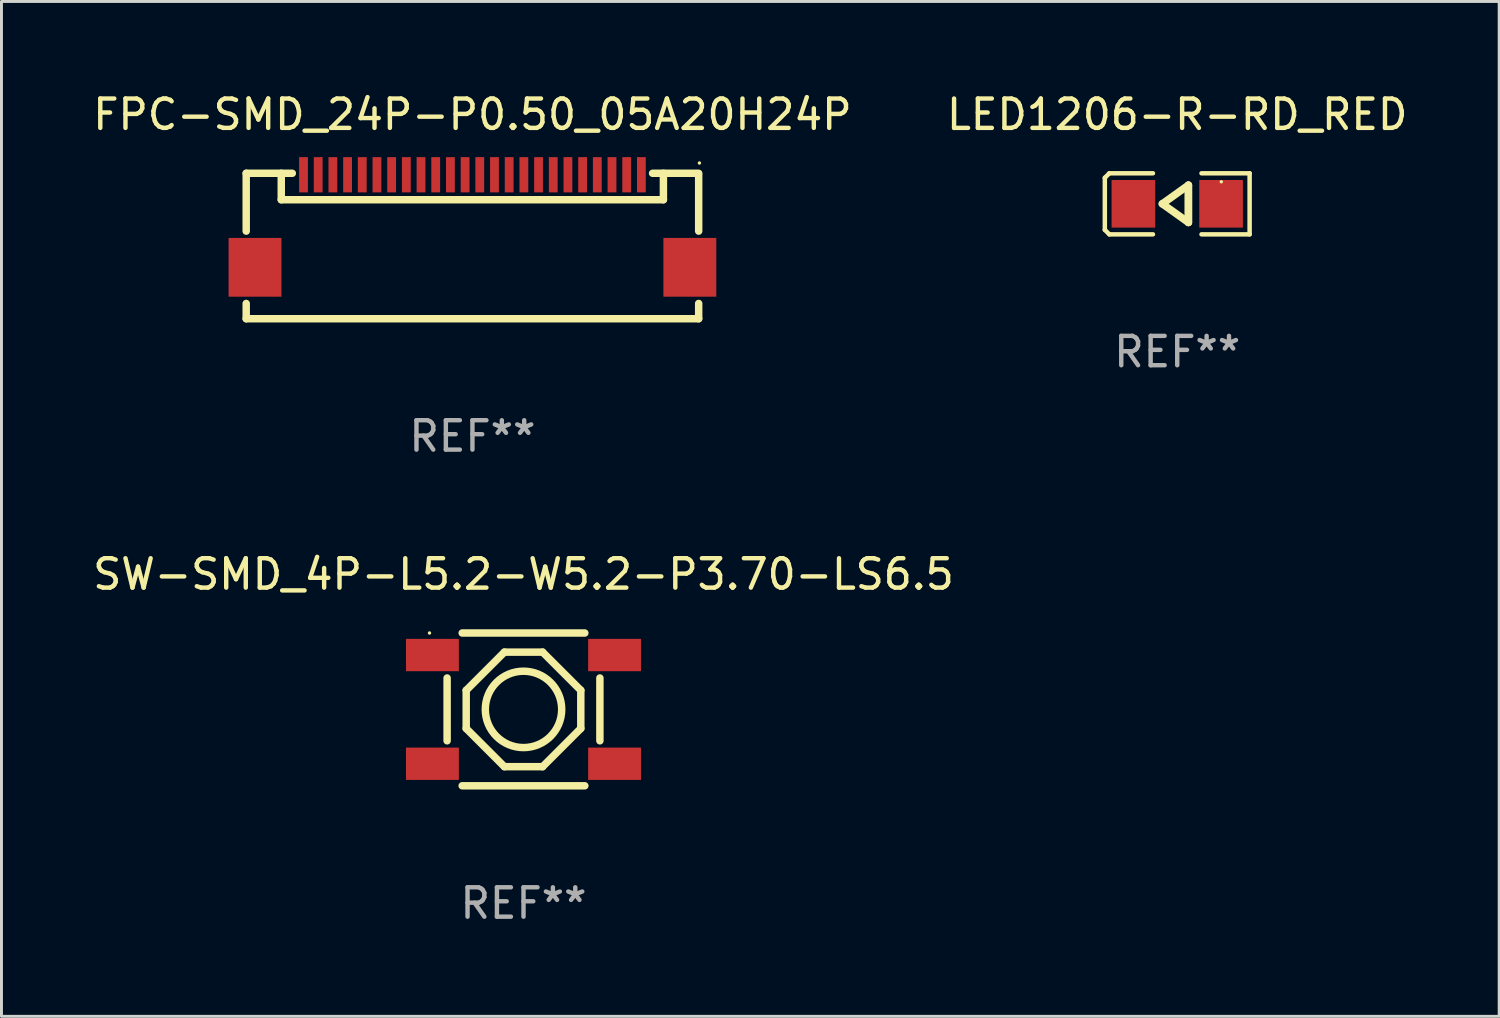
<source format=kicad_pcb>
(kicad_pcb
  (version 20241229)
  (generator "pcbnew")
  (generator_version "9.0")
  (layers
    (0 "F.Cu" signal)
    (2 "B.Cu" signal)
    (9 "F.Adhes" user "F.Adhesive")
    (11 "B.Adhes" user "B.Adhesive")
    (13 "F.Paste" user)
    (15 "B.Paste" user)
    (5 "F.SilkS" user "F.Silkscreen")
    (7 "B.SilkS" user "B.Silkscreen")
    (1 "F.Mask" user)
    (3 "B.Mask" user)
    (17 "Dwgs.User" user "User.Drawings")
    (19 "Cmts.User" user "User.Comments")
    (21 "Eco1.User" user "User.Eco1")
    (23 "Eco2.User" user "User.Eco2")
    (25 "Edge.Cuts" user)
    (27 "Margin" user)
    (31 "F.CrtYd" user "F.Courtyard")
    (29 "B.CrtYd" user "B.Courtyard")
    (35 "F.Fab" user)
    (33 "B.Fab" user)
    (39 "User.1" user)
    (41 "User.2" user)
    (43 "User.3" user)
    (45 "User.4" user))
  (footprint "SW-SMD_4P-L5.2-W5.2-P3.70-LS6.5"
    (layer "F.Cu")
    (at 14.768 21.095)
    (property "Reference" "SW-SMD_4P-L5.2-W5.2-P3.70-LS6.5" (at 0 -4.6 0) (layer "F.SilkS") (effects (font (size 1 1) (thickness 0.15))))
    (attr smd)
    (fp_line (start -2.6 1.069) (end -2.6 -1.069) (stroke (width 0.254) (type solid)) (layer "F.SilkS"))
    (fp_line (start -2.087 -2.6) (end 2.087 -2.6) (stroke (width 0.254) (type solid)) (layer "F.SilkS"))
    (fp_line (start -1.95 -0.65) (end -0.65 -1.95) (stroke (width 0.254) (type solid)) (layer "F.SilkS"))
    (fp_line (start -1.95 0.65) (end -1.95 -0.65) (stroke (width 0.254) (type solid)) (layer "F.SilkS"))
    (fp_line (start -0.65 -1.95) (end 0.65 -1.95) (stroke (width 0.254) (type solid)) (layer "F.SilkS"))
    (fp_line (start -0.65 1.95) (end -1.95 0.65) (stroke (width 0.254) (type solid)) (layer "F.SilkS"))
    (fp_line (start 0.65 -1.95) (end 1.95 -0.65) (stroke (width 0.254) (type solid)) (layer "F.SilkS"))
    (fp_line (start 0.65 1.95) (end -0.65 1.95) (stroke (width 0.254) (type solid)) (layer "F.SilkS"))
    (fp_line (start 1.95 -0.65) (end 1.95 0.65) (stroke (width 0.254) (type solid)) (layer "F.SilkS"))
    (fp_line (start 1.95 0.65) (end 0.65 1.95) (stroke (width 0.254) (type solid)) (layer "F.SilkS"))
    (fp_line (start 2.087 2.6) (end -2.087 2.6) (stroke (width 0.254) (type solid)) (layer "F.SilkS"))
    (fp_line (start 2.6 -1.069) (end 2.6 1.069) (stroke (width 0.254) (type solid)) (layer "F.SilkS"))
    (fp_circle (center -3.2 -2.6) (end -3.17 -2.6) (stroke (width 0.06) (type solid)) (fill no) (layer "F.SilkS"))
    (fp_circle (center 0 -0.000127) (end 1.3 -0.000127) (stroke (width 0.254) (type solid)) (fill no) (layer "F.SilkS"))
    (fp_text user "REF**" (at 0 6.6 0) (layer "F.Fab") (effects (font (size 1 1) (thickness 0.15))))
    (pad "1" smd rect (at -3.1 -1.85) (size 1.8 1.1) (layers "F.Cu" "F.Mask" "F.Paste"))
    (pad "2" smd rect (at 3.1 -1.85) (size 1.8 1.1) (layers "F.Cu" "F.Mask" "F.Paste"))
    (pad "3" smd rect (at -3.1 1.85) (size 1.8 1.1) (layers "F.Cu" "F.Mask" "F.Paste"))
    (pad "4" smd rect (at 3.1 1.85) (size 1.8 1.1) (layers "F.Cu" "F.Mask" "F.Paste")))
  (footprint "LED1206-R-RD_RED"
    (layer "F.Cu")
    (at 37.018 3.887)
    (property "Reference" "LED1206-R-RD_RED" (at 0.000051 -3.039 0) (layer "F.SilkS") (effects (font (size 1 1) (thickness 0.15))))
    (attr smd)
    (fp_line (start -2.464 -0.886) (end -2.311 -1.039) (stroke (width 0.152) (type solid)) (layer "F.SilkS"))
    (fp_line (start -2.464 0.886) (end -2.464 -0.886) (stroke (width 0.152) (type solid)) (layer "F.SilkS"))
    (fp_line (start -2.311 -1.039) (end -0.826 -1.039) (stroke (width 0.152) (type solid)) (layer "F.SilkS"))
    (fp_line (start -2.311 1.039) (end -2.464 0.886) (stroke (width 0.152) (type solid)) (layer "F.SilkS"))
    (fp_line (start -0.826 1.039) (end -2.311 1.039) (stroke (width 0.152) (type solid)) (layer "F.SilkS"))
    (fp_line (start -0.508 0) (end 0.381 0.635) (stroke (width 0.254) (type solid)) (layer "F.SilkS"))
    (fp_line (start 0.381 -0.635) (end -0.508 0) (stroke (width 0.254) (type solid)) (layer "F.SilkS"))
    (fp_line (start 0.381 -0.635) (end 0.381 0.635) (stroke (width 0.254) (type solid)) (layer "F.SilkS"))
    (fp_line (start 0.381 0.635) (end 0.381 -0.635) (stroke (width 0.254) (type solid)) (layer "F.SilkS"))
    (fp_line (start 0.826 1.039) (end 2.464 1.039) (stroke (width 0.152) (type solid)) (layer "F.SilkS"))
    (fp_line (start 2.464 -1.039) (end 0.826 -1.039) (stroke (width 0.152) (type solid)) (layer "F.SilkS"))
    (fp_line (start 2.464 1.039) (end 2.464 -1.039) (stroke (width 0.152) (type solid)) (layer "F.SilkS"))
    (fp_circle (center 1.5 -0.75) (end 1.53 -0.75) (stroke (width 0.06) (type solid)) (fill no) (layer "F.SilkS"))
    (fp_text user "REF**" (at 0.000051 5.039 0) (layer "F.Fab") (effects (font (size 1 1) (thickness 0.15))))
    (pad "1" smd rect (at 1.493 0) (size 1.485 1.62) (layers "F.Cu" "F.Mask" "F.Paste"))
    (pad "2" smd rect (at -1.492 0) (size 1.485 1.62) (layers "F.Cu" "F.Mask" "F.Paste")))
  (footprint "FPC-SMD_24P-P0.50_05A20H24P"
    (layer "F.Cu")
    (at 13.03 4.473)
    (property "Reference" "FPC-SMD_24P-P0.50_05A20H24P" (at -0.000025 -3.625 0) (layer "F.SilkS") (effects (font (size 1 1) (thickness 0.15))))
    (attr smd)
    (fp_line (start -7.7 -1.625) (end -7.7 0.344) (stroke (width 0.254) (type solid)) (layer "F.SilkS"))
    (fp_line (start -7.7 2.806) (end -7.7 3.325) (stroke (width 0.254) (type solid)) (layer "F.SilkS"))
    (fp_line (start -7.7 3.325) (end 7.7 3.325) (stroke (width 0.254) (type solid)) (layer "F.SilkS"))
    (fp_line (start -6.507 -1.625) (end -6.507 -0.725) (stroke (width 0.254) (type solid)) (layer "F.SilkS"))
    (fp_line (start -6.507 -0.725) (end 6.5 -0.725) (stroke (width 0.254) (type solid)) (layer "F.SilkS"))
    (fp_line (start -6.131 -1.625) (end -7.7 -1.625) (stroke (width 0.254) (type solid)) (layer "F.SilkS"))
    (fp_line (start 6.131 -1.625) (end 7.7 -1.625) (stroke (width 0.254) (type solid)) (layer "F.SilkS"))
    (fp_line (start 6.5 -0.725) (end 6.5 -1.625) (stroke (width 0.254) (type solid)) (layer "F.SilkS"))
    (fp_line (start 7.7 0.344) (end 7.7 -1.575) (stroke (width 0.254) (type solid)) (layer "F.SilkS"))
    (fp_line (start 7.7 3.325) (end 7.7 2.806) (stroke (width 0.254) (type solid)) (layer "F.SilkS"))
    (fp_circle (center 7.725 -1.975) (end 7.755 -1.975) (stroke (width 0.06) (type solid)) (fill no) (layer "F.SilkS"))
    (fp_text user "REF**" (at -0.000025 7.325 0) (layer "F.Fab") (effects (font (size 1 1) (thickness 0.15))))
    (pad "1" smd rect (at 5.75 -1.575) (size 0.3 1.2) (layers "F.Cu" "F.Mask" "F.Paste"))
    (pad "2" smd rect (at 5.25 -1.575) (size 0.3 1.2) (layers "F.Cu" "F.Mask" "F.Paste"))
    (pad "3" smd rect (at 4.75 -1.575) (size 0.3 1.2) (layers "F.Cu" "F.Mask" "F.Paste"))
    (pad "4" smd rect (at 4.25 -1.575) (size 0.3 1.2) (layers "F.Cu" "F.Mask" "F.Paste"))
    (pad "5" smd rect (at 3.75 -1.575) (size 0.3 1.2) (layers "F.Cu" "F.Mask" "F.Paste"))
    (pad "6" smd rect (at 3.25 -1.575) (size 0.3 1.2) (layers "F.Cu" "F.Mask" "F.Paste"))
    (pad "7" smd rect (at 2.75 -1.575) (size 0.3 1.2) (layers "F.Cu" "F.Mask" "F.Paste"))
    (pad "8" smd rect (at 2.25 -1.575) (size 0.3 1.2) (layers "F.Cu" "F.Mask" "F.Paste"))
    (pad "9" smd rect (at 1.75 -1.575) (size 0.3 1.2) (layers "F.Cu" "F.Mask" "F.Paste"))
    (pad "10" smd rect (at 1.25 -1.575) (size 0.3 1.2) (layers "F.Cu" "F.Mask" "F.Paste"))
    (pad "11" smd rect (at 0.75 -1.575) (size 0.3 1.2) (layers "F.Cu" "F.Mask" "F.Paste"))
    (pad "12" smd rect (at 0.25 -1.575) (size 0.3 1.2) (layers "F.Cu" "F.Mask" "F.Paste"))
    (pad "13" smd rect (at -0.25 -1.575) (size 0.3 1.2) (layers "F.Cu" "F.Mask" "F.Paste"))
    (pad "14" smd rect (at -0.75 -1.575) (size 0.3 1.2) (layers "F.Cu" "F.Mask" "F.Paste"))
    (pad "15" smd rect (at -1.25 -1.575) (size 0.3 1.2) (layers "F.Cu" "F.Mask" "F.Paste"))
    (pad "16" smd rect (at -1.75 -1.575) (size 0.3 1.2) (layers "F.Cu" "F.Mask" "F.Paste"))
    (pad "17" smd rect (at -2.25 -1.575) (size 0.3 1.2) (layers "F.Cu" "F.Mask" "F.Paste"))
    (pad "18" smd rect (at -2.75 -1.575) (size 0.3 1.2) (layers "F.Cu" "F.Mask" "F.Paste"))
    (pad "19" smd rect (at -3.25 -1.575) (size 0.3 1.2) (layers "F.Cu" "F.Mask" "F.Paste"))
    (pad "20" smd rect (at -3.75 -1.575) (size 0.3 1.2) (layers "F.Cu" "F.Mask" "F.Paste"))
    (pad "21" smd rect (at -4.25 -1.575) (size 0.3 1.2) (layers "F.Cu" "F.Mask" "F.Paste"))
    (pad "22" smd rect (at -4.75 -1.575) (size 0.3 1.2) (layers "F.Cu" "F.Mask" "F.Paste"))
    (pad "23" smd rect (at -5.25 -1.575) (size 0.3 1.2) (layers "F.Cu" "F.Mask" "F.Paste"))
    (pad "24" smd rect (at -5.75 -1.575) (size 0.3 1.2) (layers "F.Cu" "F.Mask" "F.Paste"))
    (pad "25" smd rect (at -7.4 1.575) (size 1.8 2) (layers "F.Cu" "F.Mask" "F.Paste"))
    (pad "26" smd rect (at 7.4 1.575) (size 1.8 2) (layers "F.Cu" "F.Mask" "F.Paste")))
  (gr_rect
    (start -3 -3)
    (end 47.976 31.543)
    (stroke (width 0.1) (type default))
    (fill no)
    (layer "Edge.Cuts")))
</source>
